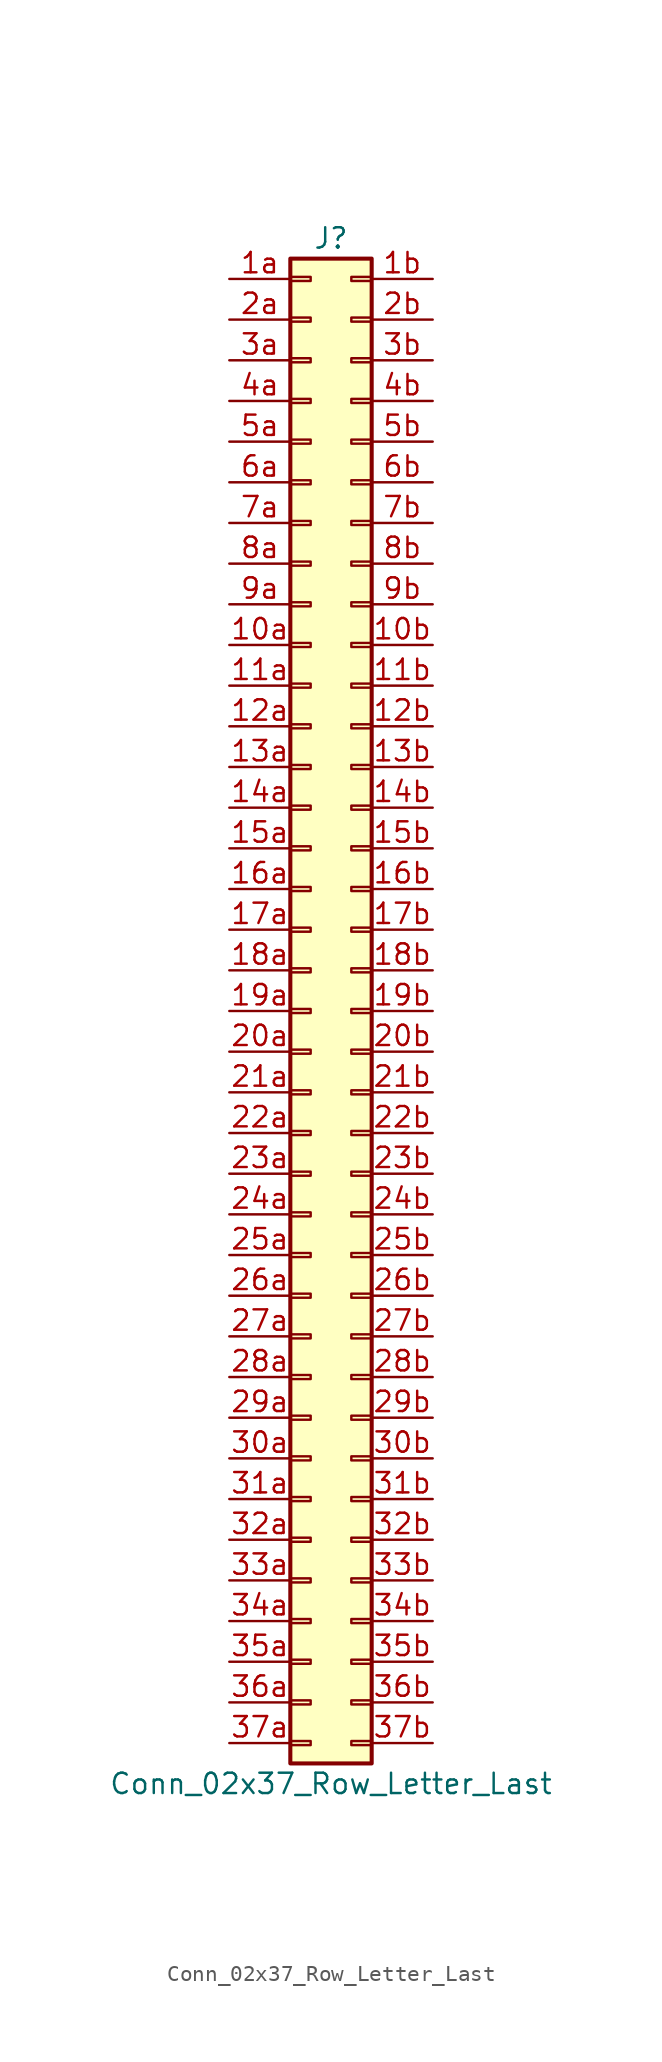
<source format=kicad_sym>
(kicad_symbol_lib
  (version 20201005)
  (generator kicad_symbol_editor)
  (symbol "Connector_Generic:Conn_02x37_Row_Letter_Last"
    (pin_names
      (offset 1.016) hide)
    (property "Reference" "J"
      (at 1.27 48.26 0)
      (effects (font (size 1.27 1.27))))
    (property "Value" "Conn_02x37_Row_Letter_Last"
      (at 1.27 -48.26 0)
      (effects (font (size 1.27 1.27))))
    (symbol "Conn_02x37_Row_Letter_Last_1_1"
      (rectangle (start -1.27 -27.813) (end 0 -28.067) (stroke (width 0.152)) (fill (type none)))
      (rectangle (start -1.27 -30.353) (end 0 -30.607) (stroke (width 0.152)) (fill (type none)))
      (rectangle (start -1.27 -32.893) (end 0 -33.147) (stroke (width 0.152)) (fill (type none)))
      (rectangle (start -1.27 -35.433) (end 0 -35.687) (stroke (width 0.152)) (fill (type none)))
      (rectangle (start -1.27 -37.973) (end 0 -38.227) (stroke (width 0.152)) (fill (type none)))
      (rectangle (start -1.27 -40.513) (end 0 -40.767) (stroke (width 0.152)) (fill (type none)))
      (rectangle (start -1.27 -43.053) (end 0 -43.307) (stroke (width 0.152)) (fill (type none)))
      (rectangle (start -1.27 -45.593) (end 0 -45.847) (stroke (width 0.152)) (fill (type none)))
      (rectangle (start -1.27 -4.953) (end 0 -5.207) (stroke (width 0.152)) (fill (type none)))
      (rectangle (start -1.27 -7.493) (end 0 -7.747) (stroke (width 0.152)) (fill (type none)))
      (rectangle (start -1.27 -10.033) (end 0 -10.287) (stroke (width 0.152)) (fill (type none)))
      (rectangle (start -1.27 -12.573) (end 0 -12.827) (stroke (width 0.152)) (fill (type none)))
      (rectangle (start -1.27 -15.113) (end 0 -15.367) (stroke (width 0.152)) (fill (type none)))
      (rectangle (start -1.27 -17.653) (end 0 -17.907) (stroke (width 0.152)) (fill (type none)))
      (rectangle (start -1.27 -20.193) (end 0 -20.447) (stroke (width 0.152)) (fill (type none)))
      (rectangle (start -1.27 -22.733) (end 0 -22.987) (stroke (width 0.152)) (fill (type none)))
      (rectangle (start -1.27 -2.413) (end 0 -2.667) (stroke (width 0.152)) (fill (type none)))
      (rectangle (start -1.27 -25.273) (end 0 -25.527) (stroke (width 0.152)) (fill (type none)))
      (rectangle (start -1.27 25.527) (end 0 25.273) (stroke (width 0.152)) (fill (type none)))
      (rectangle (start -1.27 2.667) (end 0 2.413) (stroke (width 0.152)) (fill (type none)))
      (rectangle (start -1.27 28.067) (end 0 27.813) (stroke (width 0.152)) (fill (type none)))
      (rectangle (start -1.27 30.607) (end 0 30.353) (stroke (width 0.152)) (fill (type none)))
      (rectangle (start -1.27 33.147) (end 0 32.893) (stroke (width 0.152)) (fill (type none)))
      (rectangle (start -1.27 35.687) (end 0 35.433) (stroke (width 0.152)) (fill (type none)))
      (rectangle (start -1.27 38.227) (end 0 37.973) (stroke (width 0.152)) (fill (type none)))
      (rectangle (start -1.27 40.767) (end 0 40.513) (stroke (width 0.152)) (fill (type none)))
      (rectangle (start -1.27 43.307) (end 0 43.053) (stroke (width 0.152)) (fill (type none)))
      (rectangle (start -1.27 45.847) (end 0 45.593) (stroke (width 0.152)) (fill (type none)))
      (rectangle (start -1.27 46.99) (end 3.81 -46.99) (stroke (width 0.254)) (fill (type background)))
      (rectangle (start -1.27 5.207) (end 0 4.953) (stroke (width 0.152)) (fill (type none)))
      (rectangle (start -1.27 7.747) (end 0 7.493) (stroke (width 0.152)) (fill (type none)))
      (rectangle (start -1.27 10.287) (end 0 10.033) (stroke (width 0.152)) (fill (type none)))
      (rectangle (start -1.27 0.127) (end 0 -0.127) (stroke (width 0.152)) (fill (type none)))
      (rectangle (start -1.27 12.827) (end 0 12.573) (stroke (width 0.152)) (fill (type none)))
      (rectangle (start -1.27 15.367) (end 0 15.113) (stroke (width 0.152)) (fill (type none)))
      (rectangle (start -1.27 17.907) (end 0 17.653) (stroke (width 0.152)) (fill (type none)))
      (rectangle (start -1.27 20.447) (end 0 20.193) (stroke (width 0.152)) (fill (type none)))
      (rectangle (start -1.27 22.987) (end 0 22.733) (stroke (width 0.152)) (fill (type none)))
      (rectangle (start 3.81 -27.813) (end 2.54 -28.067) (stroke (width 0.152)) (fill (type none)))
      (rectangle (start 3.81 -30.353) (end 2.54 -30.607) (stroke (width 0.152)) (fill (type none)))
      (rectangle (start 3.81 -32.893) (end 2.54 -33.147) (stroke (width 0.152)) (fill (type none)))
      (rectangle (start 3.81 -35.433) (end 2.54 -35.687) (stroke (width 0.152)) (fill (type none)))
      (rectangle (start 3.81 -37.973) (end 2.54 -38.227) (stroke (width 0.152)) (fill (type none)))
      (rectangle (start 3.81 -40.513) (end 2.54 -40.767) (stroke (width 0.152)) (fill (type none)))
      (rectangle (start 3.81 -43.053) (end 2.54 -43.307) (stroke (width 0.152)) (fill (type none)))
      (rectangle (start 3.81 -45.593) (end 2.54 -45.847) (stroke (width 0.152)) (fill (type none)))
      (rectangle (start 3.81 -4.953) (end 2.54 -5.207) (stroke (width 0.152)) (fill (type none)))
      (rectangle (start 3.81 -7.493) (end 2.54 -7.747) (stroke (width 0.152)) (fill (type none)))
      (rectangle (start 3.81 -10.033) (end 2.54 -10.287) (stroke (width 0.152)) (fill (type none)))
      (rectangle (start 3.81 -12.573) (end 2.54 -12.827) (stroke (width 0.152)) (fill (type none)))
      (rectangle (start 3.81 -15.113) (end 2.54 -15.367) (stroke (width 0.152)) (fill (type none)))
      (rectangle (start 3.81 -17.653) (end 2.54 -17.907) (stroke (width 0.152)) (fill (type none)))
      (rectangle (start 3.81 -20.193) (end 2.54 -20.447) (stroke (width 0.152)) (fill (type none)))
      (rectangle (start 3.81 -22.733) (end 2.54 -22.987) (stroke (width 0.152)) (fill (type none)))
      (rectangle (start 3.81 -2.413) (end 2.54 -2.667) (stroke (width 0.152)) (fill (type none)))
      (rectangle (start 3.81 -25.273) (end 2.54 -25.527) (stroke (width 0.152)) (fill (type none)))
      (rectangle (start 3.81 25.527) (end 2.54 25.273) (stroke (width 0.152)) (fill (type none)))
      (rectangle (start 3.81 2.667) (end 2.54 2.413) (stroke (width 0.152)) (fill (type none)))
      (rectangle (start 3.81 28.067) (end 2.54 27.813) (stroke (width 0.152)) (fill (type none)))
      (rectangle (start 3.81 30.607) (end 2.54 30.353) (stroke (width 0.152)) (fill (type none)))
      (rectangle (start 3.81 33.147) (end 2.54 32.893) (stroke (width 0.152)) (fill (type none)))
      (rectangle (start 3.81 35.687) (end 2.54 35.433) (stroke (width 0.152)) (fill (type none)))
      (rectangle (start 3.81 38.227) (end 2.54 37.973) (stroke (width 0.152)) (fill (type none)))
      (rectangle (start 3.81 40.767) (end 2.54 40.513) (stroke (width 0.152)) (fill (type none)))
      (rectangle (start 3.81 43.307) (end 2.54 43.053) (stroke (width 0.152)) (fill (type none)))
      (rectangle (start 3.81 45.847) (end 2.54 45.593) (stroke (width 0.152)) (fill (type none)))
      (rectangle (start 3.81 5.207) (end 2.54 4.953) (stroke (width 0.152)) (fill (type none)))
      (rectangle (start 3.81 7.747) (end 2.54 7.493) (stroke (width 0.152)) (fill (type none)))
      (rectangle (start 3.81 10.287) (end 2.54 10.033) (stroke (width 0.152)) (fill (type none)))
      (rectangle (start 3.81 0.127) (end 2.54 -0.127) (stroke (width 0.152)) (fill (type none)))
      (rectangle (start 3.81 12.827) (end 2.54 12.573) (stroke (width 0.152)) (fill (type none)))
      (rectangle (start 3.81 15.367) (end 2.54 15.113) (stroke (width 0.152)) (fill (type none)))
      (rectangle (start 3.81 17.907) (end 2.54 17.653) (stroke (width 0.152)) (fill (type none)))
      (rectangle (start 3.81 20.447) (end 2.54 20.193) (stroke (width 0.152)) (fill (type none)))
      (rectangle (start 3.81 22.987) (end 2.54 22.733) (stroke (width 0.152)) (fill (type none)))
      (pin passive line (at -5.08 22.86 0) (length 3.81) (name "Pin_10a" (effects (font (size 1.27 1.27)))) (number "10a" (effects (font (size 1.27 1.27)))))
      (pin passive line (at 7.62 22.86 180) (length 3.81) (name "Pin_10b" (effects (font (size 1.27 1.27)))) (number "10b" (effects (font (size 1.27 1.27)))))
      (pin passive line (at -5.08 20.32 0) (length 3.81) (name "Pin_11a" (effects (font (size 1.27 1.27)))) (number "11a" (effects (font (size 1.27 1.27)))))
      (pin passive line (at 7.62 20.32 180) (length 3.81) (name "Pin_11b" (effects (font (size 1.27 1.27)))) (number "11b" (effects (font (size 1.27 1.27)))))
      (pin passive line (at -5.08 17.78 0) (length 3.81) (name "Pin_12a" (effects (font (size 1.27 1.27)))) (number "12a" (effects (font (size 1.27 1.27)))))
      (pin passive line (at 7.62 17.78 180) (length 3.81) (name "Pin_12b" (effects (font (size 1.27 1.27)))) (number "12b" (effects (font (size 1.27 1.27)))))
      (pin passive line (at -5.08 15.24 0) (length 3.81) (name "Pin_13a" (effects (font (size 1.27 1.27)))) (number "13a" (effects (font (size 1.27 1.27)))))
      (pin passive line (at 7.62 15.24 180) (length 3.81) (name "Pin_13b" (effects (font (size 1.27 1.27)))) (number "13b" (effects (font (size 1.27 1.27)))))
      (pin passive line (at -5.08 12.7 0) (length 3.81) (name "Pin_14a" (effects (font (size 1.27 1.27)))) (number "14a" (effects (font (size 1.27 1.27)))))
      (pin passive line (at 7.62 12.7 180) (length 3.81) (name "Pin_14b" (effects (font (size 1.27 1.27)))) (number "14b" (effects (font (size 1.27 1.27)))))
      (pin passive line (at -5.08 10.16 0) (length 3.81) (name "Pin_15a" (effects (font (size 1.27 1.27)))) (number "15a" (effects (font (size 1.27 1.27)))))
      (pin passive line (at 7.62 10.16 180) (length 3.81) (name "Pin_15b" (effects (font (size 1.27 1.27)))) (number "15b" (effects (font (size 1.27 1.27)))))
      (pin passive line (at -5.08 7.62 0) (length 3.81) (name "Pin_16a" (effects (font (size 1.27 1.27)))) (number "16a" (effects (font (size 1.27 1.27)))))
      (pin passive line (at 7.62 7.62 180) (length 3.81) (name "Pin_16b" (effects (font (size 1.27 1.27)))) (number "16b" (effects (font (size 1.27 1.27)))))
      (pin passive line (at -5.08 5.08 0) (length 3.81) (name "Pin_17a" (effects (font (size 1.27 1.27)))) (number "17a" (effects (font (size 1.27 1.27)))))
      (pin passive line (at 7.62 5.08 180) (length 3.81) (name "Pin_17b" (effects (font (size 1.27 1.27)))) (number "17b" (effects (font (size 1.27 1.27)))))
      (pin passive line (at -5.08 2.54 0) (length 3.81) (name "Pin_18a" (effects (font (size 1.27 1.27)))) (number "18a" (effects (font (size 1.27 1.27)))))
      (pin passive line (at 7.62 2.54 180) (length 3.81) (name "Pin_18b" (effects (font (size 1.27 1.27)))) (number "18b" (effects (font (size 1.27 1.27)))))
      (pin passive line (at -5.08 0 0) (length 3.81) (name "Pin_19a" (effects (font (size 1.27 1.27)))) (number "19a" (effects (font (size 1.27 1.27)))))
      (pin passive line (at 7.62 0 180) (length 3.81) (name "Pin_19b" (effects (font (size 1.27 1.27)))) (number "19b" (effects (font (size 1.27 1.27)))))
      (pin passive line (at -5.08 45.72 0) (length 3.81) (name "Pin_1a" (effects (font (size 1.27 1.27)))) (number "1a" (effects (font (size 1.27 1.27)))))
      (pin passive line (at 7.62 45.72 180) (length 3.81) (name "Pin_1b" (effects (font (size 1.27 1.27)))) (number "1b" (effects (font (size 1.27 1.27)))))
      (pin passive line (at -5.08 -2.54 0) (length 3.81) (name "Pin_20a" (effects (font (size 1.27 1.27)))) (number "20a" (effects (font (size 1.27 1.27)))))
      (pin passive line (at 7.62 -2.54 180) (length 3.81) (name "Pin_20b" (effects (font (size 1.27 1.27)))) (number "20b" (effects (font (size 1.27 1.27)))))
      (pin passive line (at -5.08 -5.08 0) (length 3.81) (name "Pin_21a" (effects (font (size 1.27 1.27)))) (number "21a" (effects (font (size 1.27 1.27)))))
      (pin passive line (at 7.62 -5.08 180) (length 3.81) (name "Pin_21b" (effects (font (size 1.27 1.27)))) (number "21b" (effects (font (size 1.27 1.27)))))
      (pin passive line (at -5.08 -7.62 0) (length 3.81) (name "Pin_22a" (effects (font (size 1.27 1.27)))) (number "22a" (effects (font (size 1.27 1.27)))))
      (pin passive line (at 7.62 -7.62 180) (length 3.81) (name "Pin_22b" (effects (font (size 1.27 1.27)))) (number "22b" (effects (font (size 1.27 1.27)))))
      (pin passive line (at -5.08 -10.16 0) (length 3.81) (name "Pin_23a" (effects (font (size 1.27 1.27)))) (number "23a" (effects (font (size 1.27 1.27)))))
      (pin passive line (at 7.62 -10.16 180) (length 3.81) (name "Pin_23b" (effects (font (size 1.27 1.27)))) (number "23b" (effects (font (size 1.27 1.27)))))
      (pin passive line (at -5.08 -12.7 0) (length 3.81) (name "Pin_24a" (effects (font (size 1.27 1.27)))) (number "24a" (effects (font (size 1.27 1.27)))))
      (pin passive line (at 7.62 -12.7 180) (length 3.81) (name "Pin_24b" (effects (font (size 1.27 1.27)))) (number "24b" (effects (font (size 1.27 1.27)))))
      (pin passive line (at -5.08 -15.24 0) (length 3.81) (name "Pin_25a" (effects (font (size 1.27 1.27)))) (number "25a" (effects (font (size 1.27 1.27)))))
      (pin passive line (at 7.62 -15.24 180) (length 3.81) (name "Pin_25b" (effects (font (size 1.27 1.27)))) (number "25b" (effects (font (size 1.27 1.27)))))
      (pin passive line (at -5.08 -17.78 0) (length 3.81) (name "Pin_26a" (effects (font (size 1.27 1.27)))) (number "26a" (effects (font (size 1.27 1.27)))))
      (pin passive line (at 7.62 -17.78 180) (length 3.81) (name "Pin_26b" (effects (font (size 1.27 1.27)))) (number "26b" (effects (font (size 1.27 1.27)))))
      (pin passive line (at -5.08 -20.32 0) (length 3.81) (name "Pin_27a" (effects (font (size 1.27 1.27)))) (number "27a" (effects (font (size 1.27 1.27)))))
      (pin passive line (at 7.62 -20.32 180) (length 3.81) (name "Pin_27b" (effects (font (size 1.27 1.27)))) (number "27b" (effects (font (size 1.27 1.27)))))
      (pin passive line (at -5.08 -22.86 0) (length 3.81) (name "Pin_28a" (effects (font (size 1.27 1.27)))) (number "28a" (effects (font (size 1.27 1.27)))))
      (pin passive line (at 7.62 -22.86 180) (length 3.81) (name "Pin_28b" (effects (font (size 1.27 1.27)))) (number "28b" (effects (font (size 1.27 1.27)))))
      (pin passive line (at -5.08 -25.4 0) (length 3.81) (name "Pin_29a" (effects (font (size 1.27 1.27)))) (number "29a" (effects (font (size 1.27 1.27)))))
      (pin passive line (at 7.62 -25.4 180) (length 3.81) (name "Pin_29b" (effects (font (size 1.27 1.27)))) (number "29b" (effects (font (size 1.27 1.27)))))
      (pin passive line (at -5.08 43.18 0) (length 3.81) (name "Pin_2a" (effects (font (size 1.27 1.27)))) (number "2a" (effects (font (size 1.27 1.27)))))
      (pin passive line (at 7.62 43.18 180) (length 3.81) (name "Pin_2b" (effects (font (size 1.27 1.27)))) (number "2b" (effects (font (size 1.27 1.27)))))
      (pin passive line (at -5.08 -27.94 0) (length 3.81) (name "Pin_30a" (effects (font (size 1.27 1.27)))) (number "30a" (effects (font (size 1.27 1.27)))))
      (pin passive line (at 7.62 -27.94 180) (length 3.81) (name "Pin_30b" (effects (font (size 1.27 1.27)))) (number "30b" (effects (font (size 1.27 1.27)))))
      (pin passive line (at -5.08 -30.48 0) (length 3.81) (name "Pin_31a" (effects (font (size 1.27 1.27)))) (number "31a" (effects (font (size 1.27 1.27)))))
      (pin passive line (at 7.62 -30.48 180) (length 3.81) (name "Pin_31b" (effects (font (size 1.27 1.27)))) (number "31b" (effects (font (size 1.27 1.27)))))
      (pin passive line (at -5.08 -33.02 0) (length 3.81) (name "Pin_32a" (effects (font (size 1.27 1.27)))) (number "32a" (effects (font (size 1.27 1.27)))))
      (pin passive line (at 7.62 -33.02 180) (length 3.81) (name "Pin_32b" (effects (font (size 1.27 1.27)))) (number "32b" (effects (font (size 1.27 1.27)))))
      (pin passive line (at -5.08 -35.56 0) (length 3.81) (name "Pin_33a" (effects (font (size 1.27 1.27)))) (number "33a" (effects (font (size 1.27 1.27)))))
      (pin passive line (at 7.62 -35.56 180) (length 3.81) (name "Pin_33b" (effects (font (size 1.27 1.27)))) (number "33b" (effects (font (size 1.27 1.27)))))
      (pin passive line (at -5.08 -38.1 0) (length 3.81) (name "Pin_34a" (effects (font (size 1.27 1.27)))) (number "34a" (effects (font (size 1.27 1.27)))))
      (pin passive line (at 7.62 -38.1 180) (length 3.81) (name "Pin_34b" (effects (font (size 1.27 1.27)))) (number "34b" (effects (font (size 1.27 1.27)))))
      (pin passive line (at -5.08 -40.64 0) (length 3.81) (name "Pin_35a" (effects (font (size 1.27 1.27)))) (number "35a" (effects (font (size 1.27 1.27)))))
      (pin passive line (at 7.62 -40.64 180) (length 3.81) (name "Pin_35b" (effects (font (size 1.27 1.27)))) (number "35b" (effects (font (size 1.27 1.27)))))
      (pin passive line (at -5.08 -43.18 0) (length 3.81) (name "Pin_36a" (effects (font (size 1.27 1.27)))) (number "36a" (effects (font (size 1.27 1.27)))))
      (pin passive line (at 7.62 -43.18 180) (length 3.81) (name "Pin_36b" (effects (font (size 1.27 1.27)))) (number "36b" (effects (font (size 1.27 1.27)))))
      (pin passive line (at -5.08 -45.72 0) (length 3.81) (name "Pin_37a" (effects (font (size 1.27 1.27)))) (number "37a" (effects (font (size 1.27 1.27)))))
      (pin passive line (at 7.62 -45.72 180) (length 3.81) (name "Pin_37b" (effects (font (size 1.27 1.27)))) (number "37b" (effects (font (size 1.27 1.27)))))
      (pin passive line (at -5.08 40.64 0) (length 3.81) (name "Pin_3a" (effects (font (size 1.27 1.27)))) (number "3a" (effects (font (size 1.27 1.27)))))
      (pin passive line (at 7.62 40.64 180) (length 3.81) (name "Pin_3b" (effects (font (size 1.27 1.27)))) (number "3b" (effects (font (size 1.27 1.27)))))
      (pin passive line (at -5.08 38.1 0) (length 3.81) (name "Pin_4a" (effects (font (size 1.27 1.27)))) (number "4a" (effects (font (size 1.27 1.27)))))
      (pin passive line (at 7.62 38.1 180) (length 3.81) (name "Pin_4b" (effects (font (size 1.27 1.27)))) (number "4b" (effects (font (size 1.27 1.27)))))
      (pin passive line (at -5.08 35.56 0) (length 3.81) (name "Pin_5a" (effects (font (size 1.27 1.27)))) (number "5a" (effects (font (size 1.27 1.27)))))
      (pin passive line (at 7.62 35.56 180) (length 3.81) (name "Pin_5b" (effects (font (size 1.27 1.27)))) (number "5b" (effects (font (size 1.27 1.27)))))
      (pin passive line (at -5.08 33.02 0) (length 3.81) (name "Pin_6a" (effects (font (size 1.27 1.27)))) (number "6a" (effects (font (size 1.27 1.27)))))
      (pin passive line (at 7.62 33.02 180) (length 3.81) (name "Pin_6b" (effects (font (size 1.27 1.27)))) (number "6b" (effects (font (size 1.27 1.27)))))
      (pin passive line (at -5.08 30.48 0) (length 3.81) (name "Pin_7a" (effects (font (size 1.27 1.27)))) (number "7a" (effects (font (size 1.27 1.27)))))
      (pin passive line (at 7.62 30.48 180) (length 3.81) (name "Pin_7b" (effects (font (size 1.27 1.27)))) (number "7b" (effects (font (size 1.27 1.27)))))
      (pin passive line (at -5.08 27.94 0) (length 3.81) (name "Pin_8a" (effects (font (size 1.27 1.27)))) (number "8a" (effects (font (size 1.27 1.27)))))
      (pin passive line (at 7.62 27.94 180) (length 3.81) (name "Pin_8b" (effects (font (size 1.27 1.27)))) (number "8b" (effects (font (size 1.27 1.27)))))
      (pin passive line (at -5.08 25.4 0) (length 3.81) (name "Pin_9a" (effects (font (size 1.27 1.27)))) (number "9a" (effects (font (size 1.27 1.27)))))
      (pin passive line (at 7.62 25.4 180) (length 3.81) (name "Pin_9b" (effects (font (size 1.27 1.27)))) (number "9b" (effects (font (size 1.27 1.27))))))))
</source>
